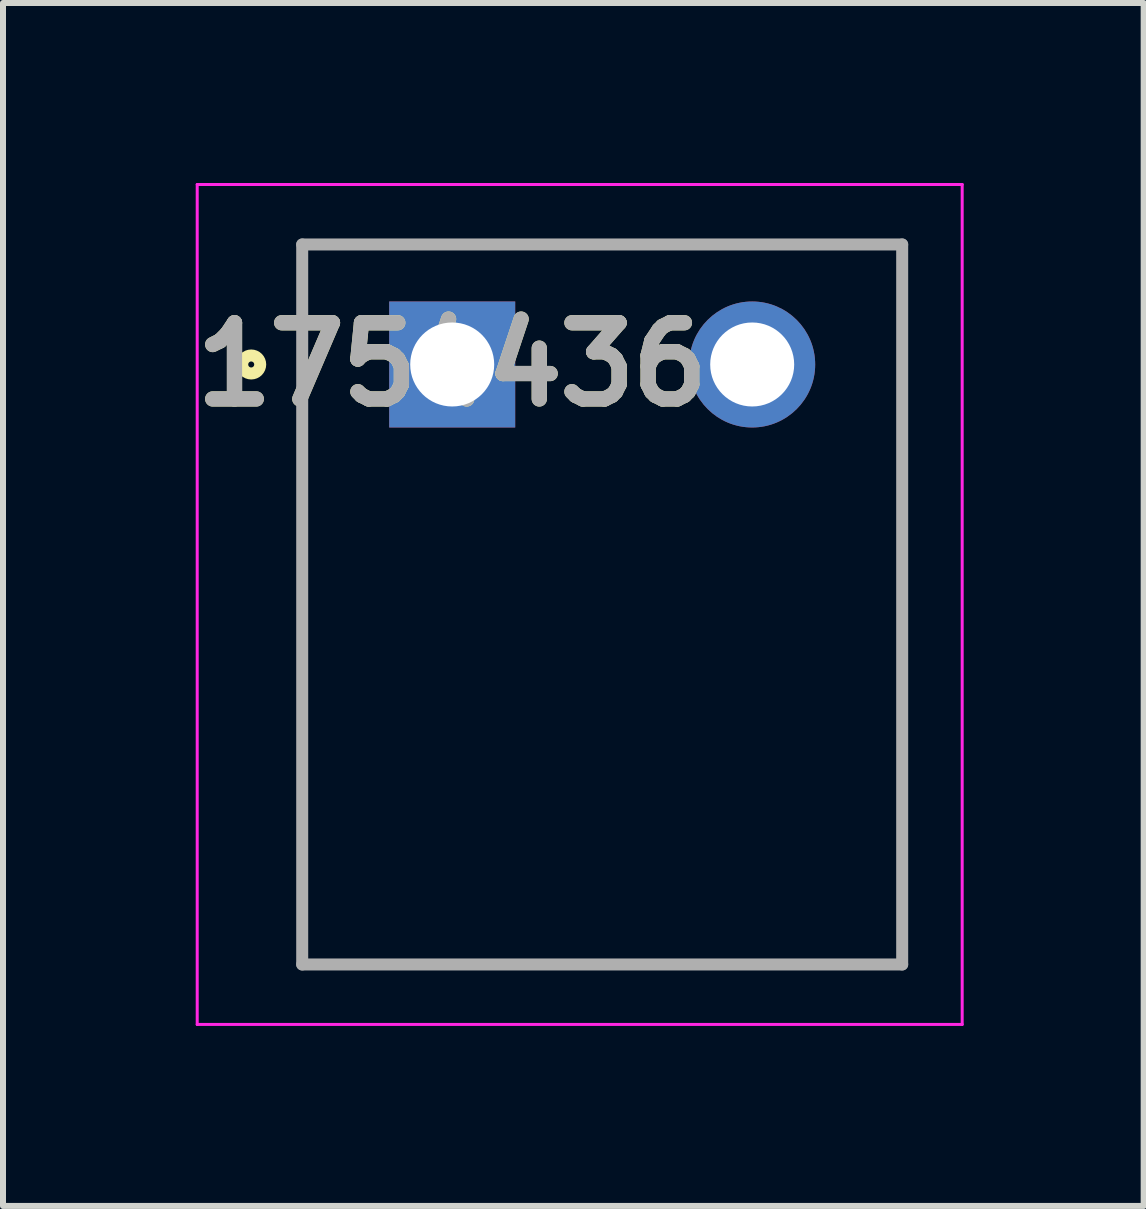
<source format=kicad_pcb>
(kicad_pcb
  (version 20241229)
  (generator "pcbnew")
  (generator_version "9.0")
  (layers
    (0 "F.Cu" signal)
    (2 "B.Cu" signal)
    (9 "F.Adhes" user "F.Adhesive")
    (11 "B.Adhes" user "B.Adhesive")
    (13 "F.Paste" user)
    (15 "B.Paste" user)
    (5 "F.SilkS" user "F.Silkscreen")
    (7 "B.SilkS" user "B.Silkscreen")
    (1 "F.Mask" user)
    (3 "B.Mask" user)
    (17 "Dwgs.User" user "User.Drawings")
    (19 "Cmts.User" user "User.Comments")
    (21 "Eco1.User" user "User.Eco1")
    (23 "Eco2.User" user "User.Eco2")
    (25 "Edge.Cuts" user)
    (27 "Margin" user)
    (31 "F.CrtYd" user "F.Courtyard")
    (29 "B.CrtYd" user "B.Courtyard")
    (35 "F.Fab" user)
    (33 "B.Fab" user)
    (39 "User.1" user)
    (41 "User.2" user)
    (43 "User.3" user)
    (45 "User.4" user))
  (footprint "1754436"
    (layer "F.Cu")
    (at 4.487 3.025)
    (property "Reference" "1754436" (at 0 0 0) (layer "F.SilkS") (effects (font (size 1.27 1.27) (thickness 0.254))))
    (attr through_hole)
    (fp_line (start -2.5 -2) (end 7.5 -2) (stroke (width 0.1) (type solid)) (layer "F.SilkS"))
    (fp_line (start -2.5 10) (end -2.5 -2) (stroke (width 0.1) (type solid)) (layer "F.SilkS"))
    (fp_line (start 7.5 -2) (end 7.5 10) (stroke (width 0.1) (type solid)) (layer "F.SilkS"))
    (fp_line (start 7.5 10) (end -2.5 10) (stroke (width 0.1) (type solid)) (layer "F.SilkS"))
    (fp_circle (center -3.35 0) (end -3.35 0.05) (stroke (width 0.2) (type solid)) (fill no) (layer "F.SilkS"))
    (fp_line (start -4.25 -3) (end 8.5 -3) (stroke (width 0.05) (type solid)) (layer "F.CrtYd"))
    (fp_line (start -4.25 11) (end -4.25 -3) (stroke (width 0.05) (type solid)) (layer "F.CrtYd"))
    (fp_line (start 8.5 -3) (end 8.5 11) (stroke (width 0.05) (type solid)) (layer "F.CrtYd"))
    (fp_line (start 8.5 11) (end -4.25 11) (stroke (width 0.05) (type solid)) (layer "F.CrtYd"))
    (fp_line (start -2.5 -2) (end 7.5 -2) (stroke (width 0.2) (type solid)) (layer "F.Fab"))
    (fp_line (start -2.5 10) (end -2.5 -2) (stroke (width 0.2) (type solid)) (layer "F.Fab"))
    (fp_line (start 7.5 -2) (end 7.5 10) (stroke (width 0.2) (type solid)) (layer "F.Fab"))
    (fp_line (start 7.5 10) (end -2.5 10) (stroke (width 0.2) (type solid)) (layer "F.Fab"))
    (fp_text user "${REFERENCE}" (at 0 0 0) (layer "F.Fab") (effects (font (size 1.27 1.27) (thickness 0.254))))
    (pad "1" thru_hole rect (at 0 0) (size 2.1 2.1) (drill 1.4) (layers "*.Cu" "*.Mask"))
    (pad "2" thru_hole circle (at 5 0) (size 2.1 2.1) (drill 1.4) (layers "*.Cu" "*.Mask")))
  (gr_rect
    (start -3 -3)
    (end 16.012 17.05)
    (stroke (width 0.1) (type default))
    (fill no)
    (layer "Edge.Cuts")))
</source>
